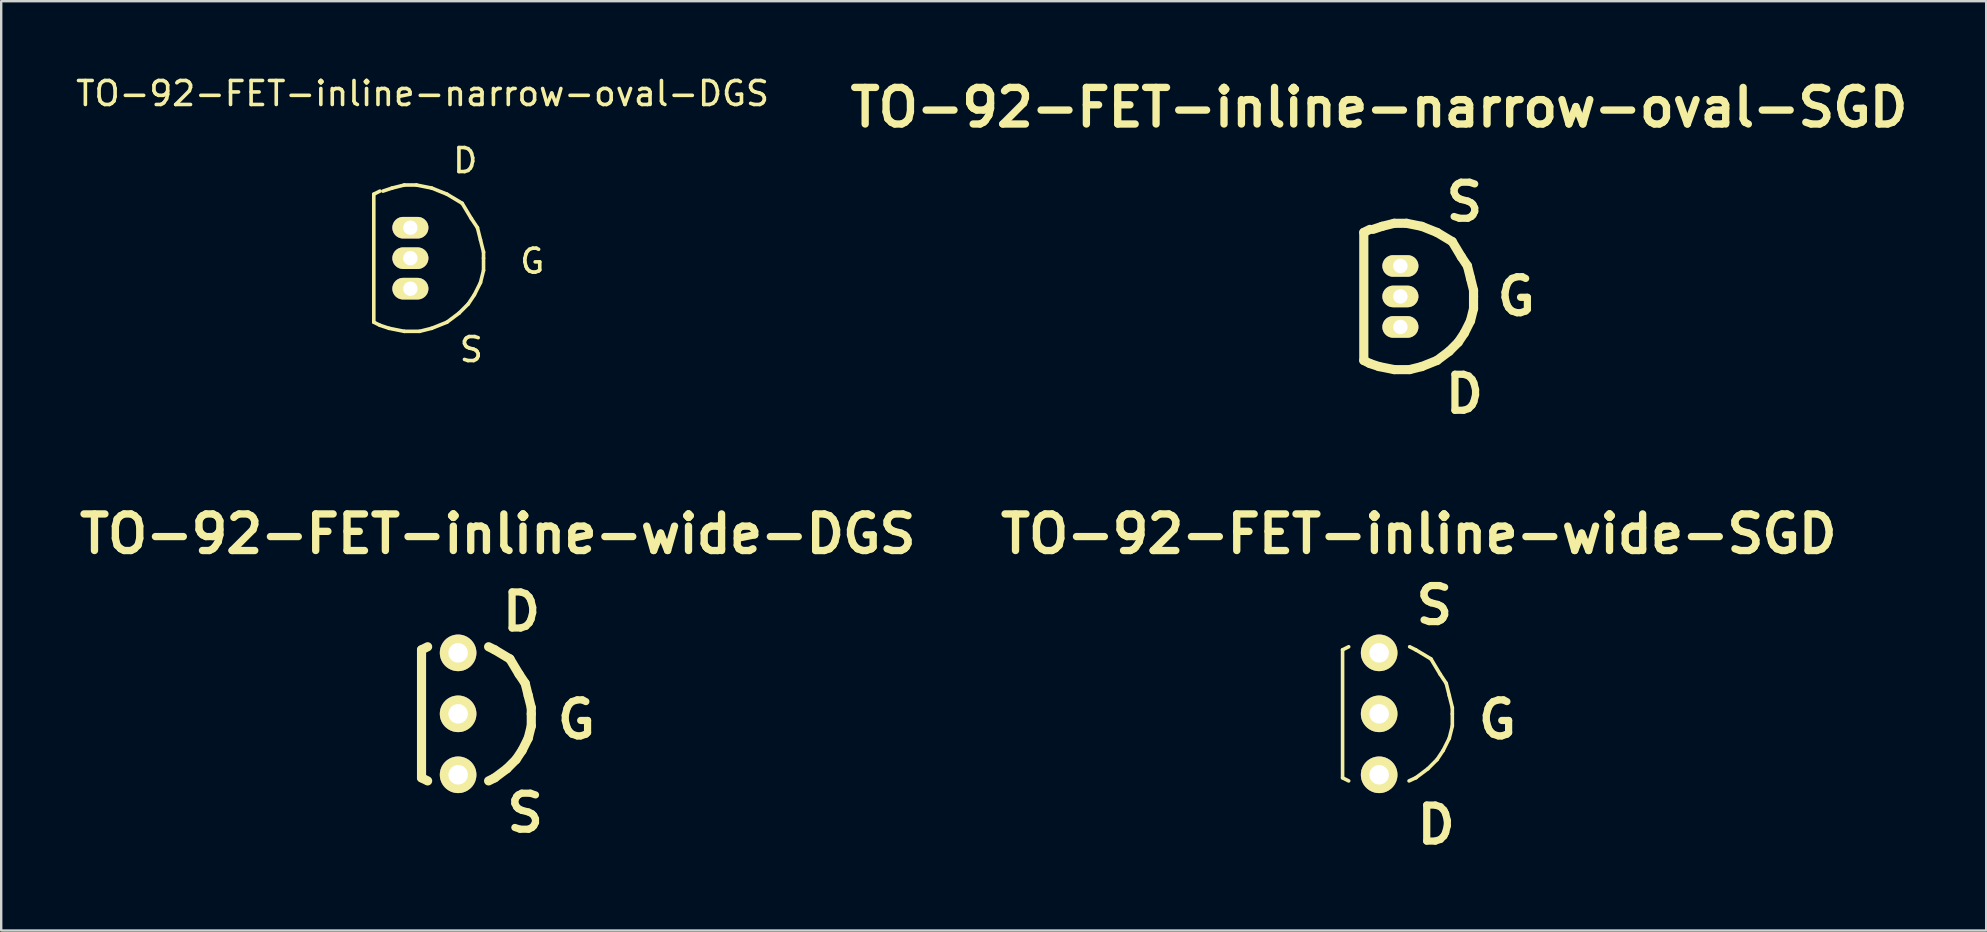
<source format=kicad_pcb>
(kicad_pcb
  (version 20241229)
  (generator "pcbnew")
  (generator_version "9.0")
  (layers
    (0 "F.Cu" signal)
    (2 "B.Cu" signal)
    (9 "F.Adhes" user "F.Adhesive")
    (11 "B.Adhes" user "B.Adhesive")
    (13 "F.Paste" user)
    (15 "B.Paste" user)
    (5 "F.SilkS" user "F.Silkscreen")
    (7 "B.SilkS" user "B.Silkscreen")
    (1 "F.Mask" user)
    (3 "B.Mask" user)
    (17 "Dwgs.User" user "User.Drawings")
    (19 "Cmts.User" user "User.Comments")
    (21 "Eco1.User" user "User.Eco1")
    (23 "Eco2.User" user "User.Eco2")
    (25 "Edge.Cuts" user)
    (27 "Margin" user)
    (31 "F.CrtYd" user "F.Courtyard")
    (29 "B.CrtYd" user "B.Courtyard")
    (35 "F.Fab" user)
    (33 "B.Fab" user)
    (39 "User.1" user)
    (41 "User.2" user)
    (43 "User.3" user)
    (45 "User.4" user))
  (footprint "TO-92-FET-inline-wide-SGD"
    (layer "F.Cu")
    (at 54.406 26.688)
    (property "Reference" "TO-92-FET-inline-wide-SGD" (at 1.651 -7.493 0) (layer "F.SilkS") (effects (font (size 1.524 1.524) (thickness 0.305))))
    (attr through_hole)
    (fp_line (start -1.524 -2.667) (end -1.524 2.667) (stroke (width 0.15) (type solid)) (layer "F.SilkS"))
    (fp_line (start -1.524 -2.667) (end -1.27 -2.794) (stroke (width 0.15) (type solid)) (layer "F.SilkS"))
    (fp_line (start -1.27 2.794) (end -1.524 2.667) (stroke (width 0.15) (type solid)) (layer "F.SilkS"))
    (fp_line (start 1.524 -2.667) (end 1.27 -2.794) (stroke (width 0.15) (type solid)) (layer "F.SilkS"))
    (fp_line (start 1.524 -2.667) (end 2.159 -2.286) (stroke (width 0.15) (type solid)) (layer "F.SilkS"))
    (fp_line (start 1.549 2.654) (end 1.245 2.794) (stroke (width 0.15) (type solid)) (layer "F.SilkS"))
    (fp_line (start 2.032 2.286) (end 1.524 2.667) (stroke (width 0.15) (type solid)) (layer "F.SilkS"))
    (fp_line (start 2.159 -2.286) (end 2.54 -1.651) (stroke (width 0.15) (type solid)) (layer "F.SilkS"))
    (fp_line (start 2.413 1.905) (end 2.032 2.286) (stroke (width 0.15) (type solid)) (layer "F.SilkS"))
    (fp_line (start 2.54 -1.651) (end 2.794 -1.27) (stroke (width 0.15) (type solid)) (layer "F.SilkS"))
    (fp_line (start 2.667 1.524) (end 2.413 1.905) (stroke (width 0.15) (type solid)) (layer "F.SilkS"))
    (fp_line (start 2.794 -1.27) (end 2.921 -0.762) (stroke (width 0.15) (type solid)) (layer "F.SilkS"))
    (fp_line (start 2.921 -0.762) (end 3.048 -0.254) (stroke (width 0.15) (type solid)) (layer "F.SilkS"))
    (fp_line (start 2.921 1.016) (end 2.667 1.524) (stroke (width 0.15) (type solid)) (layer "F.SilkS"))
    (fp_line (start 3.048 -0.254) (end 3.048 0) (stroke (width 0.15) (type solid)) (layer "F.SilkS"))
    (fp_line (start 3.048 0) (end 3.048 0.508) (stroke (width 0.15) (type solid)) (layer "F.SilkS"))
    (fp_line (start 3.048 0.508) (end 2.921 1.016) (stroke (width 0.15) (type solid)) (layer "F.SilkS"))
    (fp_text user "G" (at 4.928 0.241 0) (layer "F.SilkS") (effects (font (size 1.501 1.501) (thickness 0.3))))
    (fp_text user "S" (at 2.299 -4.521 0) (layer "F.SilkS") (effects (font (size 1.501 1.501) (thickness 0.3))))
    (fp_text user "D" (at 2.375 4.623 0) (layer "F.SilkS") (effects (font (size 1.501 1.501) (thickness 0.3))))
    (pad "D" thru_hole circle (at 0 2.54) (size 1.524 1.524) (drill 0.813) (layers "*.Cu" "*.Mask" "F.SilkS"))
    (pad "G" thru_hole circle (at 0 0) (size 1.524 1.524) (drill 0.813) (layers "*.Cu" "*.Mask" "F.SilkS"))
    (pad "S" thru_hole circle (at 0 -2.54) (size 1.524 1.524) (drill 0.813) (layers "*.Cu" "*.Mask" "F.SilkS")))
  (footprint "TO-92-FET-inline-narrow-oval-SGD"
    (layer "F.Cu")
    (at 55.29 9.3)
    (property "Reference" "TO-92-FET-inline-narrow-oval-SGD" (at -0.889 -7.874 0) (layer "F.SilkS") (effects (font (size 1.524 1.524) (thickness 0.305))))
    (attr through_hole)
    (fp_line (start -1.524 -2.667) (end -1.524 2.667) (stroke (width 0.381) (type solid)) (layer "F.SilkS"))
    (fp_line (start -1.524 -2.667) (end -1.27 -2.794) (stroke (width 0.381) (type solid)) (layer "F.SilkS"))
    (fp_line (start -1.27 2.794) (end -1.524 2.667) (stroke (width 0.381) (type solid)) (layer "F.SilkS"))
    (fp_line (start -1.143 -2.794) (end -0.762 -2.921) (stroke (width 0.381) (type solid)) (layer "F.SilkS"))
    (fp_line (start -0.889 2.921) (end -1.27 2.794) (stroke (width 0.381) (type solid)) (layer "F.SilkS"))
    (fp_line (start -0.762 -2.921) (end -0.254 -3.048) (stroke (width 0.381) (type solid)) (layer "F.SilkS"))
    (fp_line (start -0.254 -3.048) (end 0.254 -3.048) (stroke (width 0.381) (type solid)) (layer "F.SilkS"))
    (fp_line (start -0.254 3.048) (end -0.889 2.921) (stroke (width 0.381) (type solid)) (layer "F.SilkS"))
    (fp_line (start 0.254 -3.048) (end 0.889 -2.921) (stroke (width 0.381) (type solid)) (layer "F.SilkS"))
    (fp_line (start 0.381 3.048) (end -0.254 3.048) (stroke (width 0.381) (type solid)) (layer "F.SilkS"))
    (fp_line (start 0.889 -2.921) (end 1.524 -2.667) (stroke (width 0.381) (type solid)) (layer "F.SilkS"))
    (fp_line (start 0.889 2.921) (end 0.381 3.048) (stroke (width 0.381) (type solid)) (layer "F.SilkS"))
    (fp_line (start 1.524 -2.667) (end 2.159 -2.286) (stroke (width 0.381) (type solid)) (layer "F.SilkS"))
    (fp_line (start 1.524 2.667) (end 0.889 2.921) (stroke (width 0.381) (type solid)) (layer "F.SilkS"))
    (fp_line (start 2.032 2.286) (end 1.524 2.667) (stroke (width 0.381) (type solid)) (layer "F.SilkS"))
    (fp_line (start 2.159 -2.286) (end 2.54 -1.651) (stroke (width 0.381) (type solid)) (layer "F.SilkS"))
    (fp_line (start 2.413 1.905) (end 2.032 2.286) (stroke (width 0.381) (type solid)) (layer "F.SilkS"))
    (fp_line (start 2.54 -1.651) (end 2.794 -1.27) (stroke (width 0.381) (type solid)) (layer "F.SilkS"))
    (fp_line (start 2.667 1.524) (end 2.413 1.905) (stroke (width 0.381) (type solid)) (layer "F.SilkS"))
    (fp_line (start 2.794 -1.27) (end 2.921 -0.762) (stroke (width 0.381) (type solid)) (layer "F.SilkS"))
    (fp_line (start 2.921 -0.762) (end 3.048 -0.254) (stroke (width 0.381) (type solid)) (layer "F.SilkS"))
    (fp_line (start 2.921 1.016) (end 2.667 1.524) (stroke (width 0.381) (type solid)) (layer "F.SilkS"))
    (fp_line (start 3.048 -0.254) (end 3.048 0) (stroke (width 0.381) (type solid)) (layer "F.SilkS"))
    (fp_line (start 3.048 0) (end 3.048 0.508) (stroke (width 0.381) (type solid)) (layer "F.SilkS"))
    (fp_line (start 3.048 0.508) (end 2.921 1.016) (stroke (width 0.381) (type solid)) (layer "F.SilkS"))
    (fp_text user "D" (at 2.667 4.064 0) (layer "F.SilkS") (effects (font (size 1.501 1.501) (thickness 0.3))))
    (fp_text user "S" (at 2.667 -3.937 0) (layer "F.SilkS") (effects (font (size 1.501 1.501) (thickness 0.3))))
    (fp_text user "G" (at 4.826 0 0) (layer "F.SilkS") (effects (font (size 1.501 1.501) (thickness 0.3))))
    (pad "D" thru_hole oval (at 0 1.27 90) (size 0.899 1.501) (drill 0.599) (layers "*.Cu" "*.Mask" "F.SilkS"))
    (pad "G" thru_hole oval (at 0 0 90) (size 0.899 1.501) (drill 0.599) (layers "*.Cu" "*.Mask" "F.SilkS"))
    (pad "S" thru_hole oval (at 0 -1.27 90) (size 0.899 1.501) (drill 0.599) (layers "*.Cu" "*.Mask" "F.SilkS")))
  (footprint "TO-92-FET-inline-wide-DGS"
    (layer "F.Cu")
    (at 16.035 26.688)
    (property "Reference" "TO-92-FET-inline-wide-DGS" (at 1.651 -7.493 0) (layer "F.SilkS") (effects (font (size 1.524 1.524) (thickness 0.305))))
    (attr through_hole)
    (fp_line (start -1.524 -2.667) (end -1.27 -2.794) (stroke (width 0.381) (type solid)) (layer "F.SilkS"))
    (fp_line (start -1.524 2.667) (end -1.524 -2.667) (stroke (width 0.381) (type solid)) (layer "F.SilkS"))
    (fp_line (start -1.27 2.794) (end -1.524 2.667) (stroke (width 0.381) (type solid)) (layer "F.SilkS"))
    (fp_line (start 1.524 -2.667) (end 1.27 -2.794) (stroke (width 0.381) (type solid)) (layer "F.SilkS"))
    (fp_line (start 1.524 -2.667) (end 2.159 -2.286) (stroke (width 0.381) (type solid)) (layer "F.SilkS"))
    (fp_line (start 1.524 2.667) (end 1.27 2.794) (stroke (width 0.381) (type solid)) (layer "F.SilkS"))
    (fp_line (start 2.032 2.286) (end 1.524 2.667) (stroke (width 0.381) (type solid)) (layer "F.SilkS"))
    (fp_line (start 2.159 -2.286) (end 2.54 -1.651) (stroke (width 0.381) (type solid)) (layer "F.SilkS"))
    (fp_line (start 2.413 1.905) (end 2.032 2.286) (stroke (width 0.381) (type solid)) (layer "F.SilkS"))
    (fp_line (start 2.54 -1.651) (end 2.794 -1.27) (stroke (width 0.381) (type solid)) (layer "F.SilkS"))
    (fp_line (start 2.667 1.524) (end 2.413 1.905) (stroke (width 0.381) (type solid)) (layer "F.SilkS"))
    (fp_line (start 2.794 -1.27) (end 2.921 -0.762) (stroke (width 0.381) (type solid)) (layer "F.SilkS"))
    (fp_line (start 2.921 -0.762) (end 3.048 -0.254) (stroke (width 0.381) (type solid)) (layer "F.SilkS"))
    (fp_line (start 2.921 1.016) (end 2.667 1.524) (stroke (width 0.381) (type solid)) (layer "F.SilkS"))
    (fp_line (start 3.048 -0.254) (end 3.048 0) (stroke (width 0.381) (type solid)) (layer "F.SilkS"))
    (fp_line (start 3.048 0) (end 3.048 0.508) (stroke (width 0.381) (type solid)) (layer "F.SilkS"))
    (fp_line (start 3.048 0.508) (end 2.921 1.016) (stroke (width 0.381) (type solid)) (layer "F.SilkS"))
    (fp_text user "D" (at 2.642 -4.255 0) (layer "F.SilkS") (effects (font (size 1.501 1.501) (thickness 0.3))))
    (fp_text user "S" (at 2.794 4.128 0) (layer "F.SilkS") (effects (font (size 1.501 1.501) (thickness 0.3))))
    (fp_text user "G" (at 4.928 0.241 0) (layer "F.SilkS") (effects (font (size 1.501 1.501) (thickness 0.3))))
    (pad "D" thru_hole circle (at 0 -2.54) (size 1.524 1.524) (drill 0.813) (layers "*.Cu" "*.Mask" "F.SilkS"))
    (pad "G" thru_hole circle (at 0 0) (size 1.524 1.524) (drill 0.813) (layers "*.Cu" "*.Mask" "F.SilkS"))
    (pad "S" thru_hole circle (at 0 2.54) (size 1.524 1.524) (drill 0.813) (layers "*.Cu" "*.Mask" "F.SilkS")))
  (footprint "TO-92-FET-inline-narrow-oval-DGS"
    (layer "F.Cu")
    (at 14.046 7.706)
    (property "Reference" "TO-92-FET-inline-narrow-oval-DGS" (at 0.508 -6.858 0) (layer "F.SilkS") (effects (font (size 1 1) (thickness 0.15))))
    (attr through_hole)
    (fp_line (start -1.524 -2.667) (end -1.524 2.667) (stroke (width 0.15) (type solid)) (layer "F.SilkS"))
    (fp_line (start -1.524 -2.667) (end -1.27 -2.794) (stroke (width 0.15) (type solid)) (layer "F.SilkS"))
    (fp_line (start -1.27 2.794) (end -1.524 2.667) (stroke (width 0.15) (type solid)) (layer "F.SilkS"))
    (fp_line (start -1.143 -2.794) (end -0.762 -2.921) (stroke (width 0.15) (type solid)) (layer "F.SilkS"))
    (fp_line (start -0.889 2.921) (end -1.27 2.794) (stroke (width 0.15) (type solid)) (layer "F.SilkS"))
    (fp_line (start -0.762 -2.921) (end -0.254 -3.048) (stroke (width 0.15) (type solid)) (layer "F.SilkS"))
    (fp_line (start -0.254 -3.048) (end 0.254 -3.048) (stroke (width 0.15) (type solid)) (layer "F.SilkS"))
    (fp_line (start -0.254 3.048) (end -0.889 2.921) (stroke (width 0.15) (type solid)) (layer "F.SilkS"))
    (fp_line (start 0.254 -3.048) (end 0.889 -2.921) (stroke (width 0.15) (type solid)) (layer "F.SilkS"))
    (fp_line (start 0.381 3.048) (end -0.254 3.048) (stroke (width 0.15) (type solid)) (layer "F.SilkS"))
    (fp_line (start 0.889 -2.921) (end 1.524 -2.667) (stroke (width 0.15) (type solid)) (layer "F.SilkS"))
    (fp_line (start 0.889 2.921) (end 0.381 3.048) (stroke (width 0.15) (type solid)) (layer "F.SilkS"))
    (fp_line (start 1.524 -2.667) (end 2.159 -2.286) (stroke (width 0.15) (type solid)) (layer "F.SilkS"))
    (fp_line (start 1.524 2.667) (end 0.889 2.921) (stroke (width 0.15) (type solid)) (layer "F.SilkS"))
    (fp_line (start 2.032 2.286) (end 1.524 2.667) (stroke (width 0.15) (type solid)) (layer "F.SilkS"))
    (fp_line (start 2.159 -2.286) (end 2.54 -1.651) (stroke (width 0.15) (type solid)) (layer "F.SilkS"))
    (fp_line (start 2.413 1.905) (end 2.032 2.286) (stroke (width 0.15) (type solid)) (layer "F.SilkS"))
    (fp_line (start 2.54 -1.651) (end 2.794 -1.27) (stroke (width 0.15) (type solid)) (layer "F.SilkS"))
    (fp_line (start 2.667 1.524) (end 2.413 1.905) (stroke (width 0.15) (type solid)) (layer "F.SilkS"))
    (fp_line (start 2.794 -1.27) (end 2.921 -0.762) (stroke (width 0.15) (type solid)) (layer "F.SilkS"))
    (fp_line (start 2.921 -0.762) (end 3.048 -0.254) (stroke (width 0.15) (type solid)) (layer "F.SilkS"))
    (fp_line (start 2.921 1.016) (end 2.667 1.524) (stroke (width 0.15) (type solid)) (layer "F.SilkS"))
    (fp_line (start 3.048 -0.254) (end 3.048 0) (stroke (width 0.15) (type solid)) (layer "F.SilkS"))
    (fp_line (start 3.048 0) (end 3.048 0.508) (stroke (width 0.15) (type solid)) (layer "F.SilkS"))
    (fp_line (start 3.048 0.508) (end 2.921 1.016) (stroke (width 0.15) (type solid)) (layer "F.SilkS"))
    (fp_text user "S" (at 2.54 3.81 0) (layer "F.SilkS") (effects (font (size 1 1) (thickness 0.15))))
    (fp_text user "D" (at 2.286 -4.064 0) (layer "F.SilkS") (effects (font (size 1 1) (thickness 0.15))))
    (fp_text user "G" (at 5.08 0.127 0) (layer "F.SilkS") (effects (font (size 1 1) (thickness 0.15))))
    (pad "D" thru_hole oval (at 0 -1.27 90) (size 0.899 1.501) (drill 0.599) (layers "*.Cu" "*.Mask" "F.SilkS"))
    (pad "G" thru_hole oval (at 0 0 90) (size 0.899 1.501) (drill 0.599) (layers "*.Cu" "*.Mask" "F.SilkS"))
    (pad "S" thru_hole oval (at 0 1.27 90) (size 0.899 1.501) (drill 0.599) (layers "*.Cu" "*.Mask" "F.SilkS")))
  (gr_rect
    (start -3 -3)
    (end 79.695 35.715)
    (stroke (width 0.1) (type default))
    (fill no)
    (layer "Edge.Cuts")))
</source>
